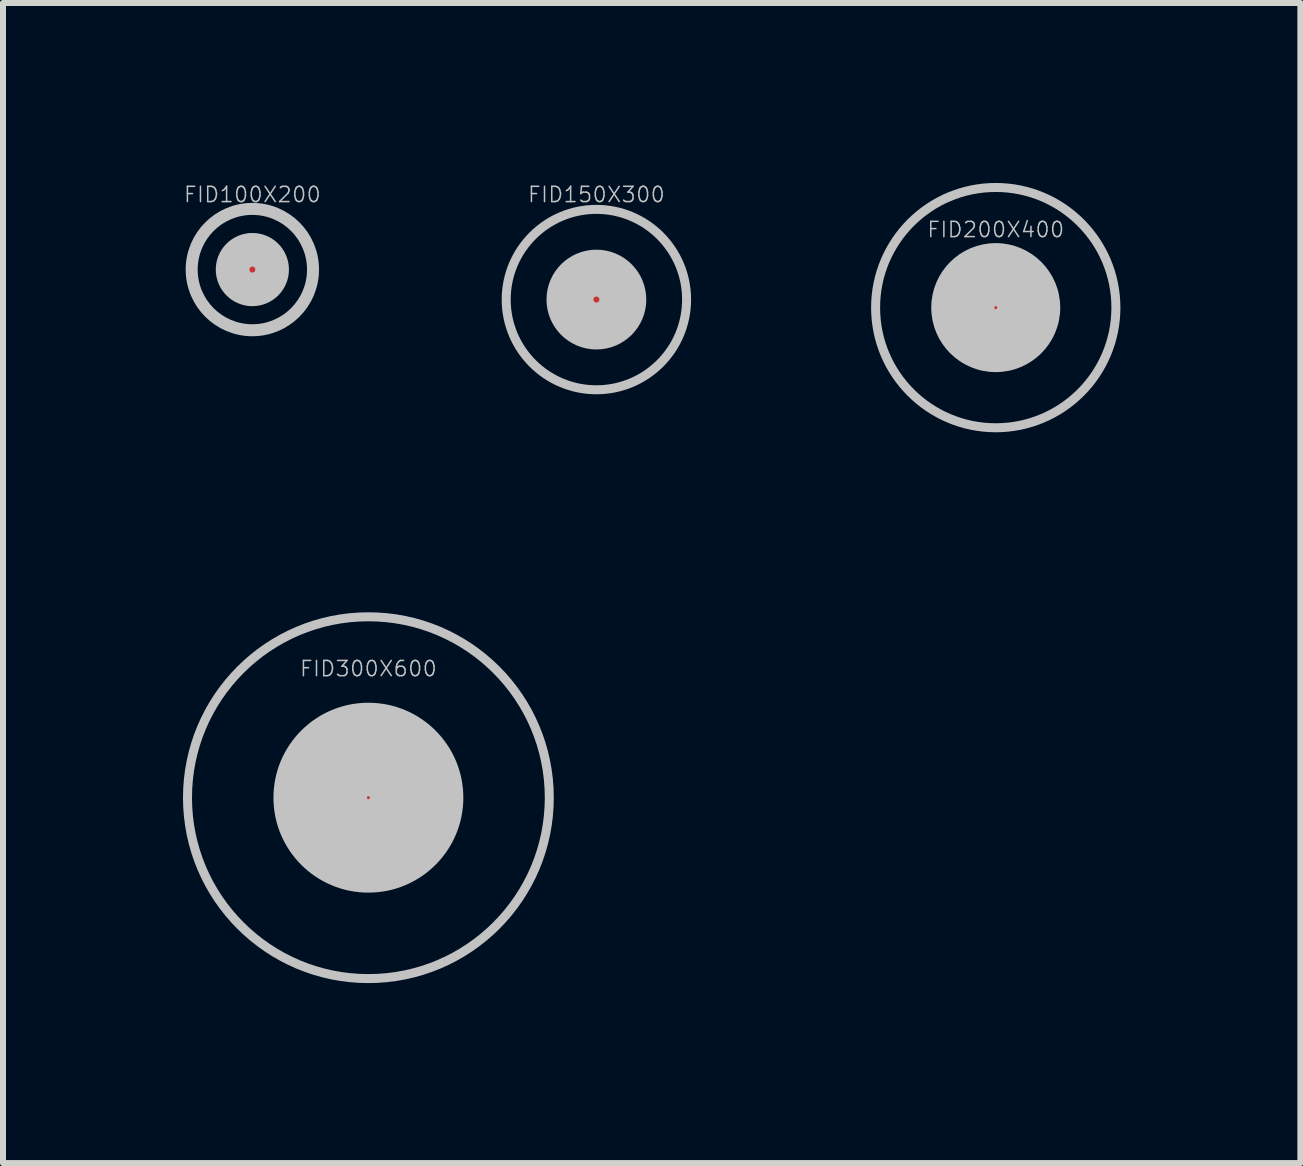
<source format=kicad_pcb>
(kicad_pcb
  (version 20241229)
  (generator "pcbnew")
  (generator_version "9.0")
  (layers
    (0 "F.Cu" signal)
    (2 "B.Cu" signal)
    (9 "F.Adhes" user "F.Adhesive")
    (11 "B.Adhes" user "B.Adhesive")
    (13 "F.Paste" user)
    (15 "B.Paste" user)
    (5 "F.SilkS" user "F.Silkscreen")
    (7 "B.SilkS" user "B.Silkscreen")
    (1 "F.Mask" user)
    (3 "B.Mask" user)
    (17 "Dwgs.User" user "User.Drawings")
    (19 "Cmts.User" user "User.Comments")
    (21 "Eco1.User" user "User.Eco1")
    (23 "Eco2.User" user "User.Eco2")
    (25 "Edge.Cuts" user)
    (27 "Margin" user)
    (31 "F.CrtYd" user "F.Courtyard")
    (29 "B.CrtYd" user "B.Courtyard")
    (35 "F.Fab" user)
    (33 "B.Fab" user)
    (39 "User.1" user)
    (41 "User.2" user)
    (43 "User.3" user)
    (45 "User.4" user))
  (footprint "FID300X600"
    (layer "F.Cu")
    (at 3.09 10.245)
    (property "Reference" "FID300X600" (at 0 -2.15 0) (layer "Dwgs.User") (effects (font (size 0.254 0.254) (thickness 0.025))))
    (attr through_hole)
    (fp_circle (center 0 0) (end 0.05 0) (stroke (width 0.15) (type solid)) (fill no) (layer "Dwgs.User"))
    (fp_circle (center 0 0) (end 0.1 0) (stroke (width 0.15) (type solid)) (fill no) (layer "Dwgs.User"))
    (fp_circle (center 0 0) (end 0.2 0) (stroke (width 0.15) (type solid)) (fill no) (layer "Dwgs.User"))
    (fp_circle (center 0 0) (end 0.3 -0.05) (stroke (width 0.15) (type solid)) (fill no) (layer "Dwgs.User"))
    (fp_circle (center 0 0) (end 0.4 -0.05) (stroke (width 0.15) (type solid)) (fill no) (layer "Dwgs.User"))
    (fp_circle (center 0 0) (end 0.5 0) (stroke (width 0.15) (type solid)) (fill no) (layer "Dwgs.User"))
    (fp_circle (center 0 0) (end 0.6 -0.05) (stroke (width 0.15) (type solid)) (fill no) (layer "Dwgs.User"))
    (fp_circle (center 0 0) (end 0.7 0) (stroke (width 0.15) (type solid)) (fill no) (layer "Dwgs.User"))
    (fp_circle (center 0 0) (end 0.8 0) (stroke (width 0.15) (type solid)) (fill no) (layer "Dwgs.User"))
    (fp_circle (center 0 0) (end 0.9 -0.1) (stroke (width 0.15) (type solid)) (fill no) (layer "Dwgs.User"))
    (fp_circle (center 0 0) (end 1 -0.1) (stroke (width 0.15) (type solid)) (fill no) (layer "Dwgs.User"))
    (fp_circle (center 0 0) (end 1.1 -0.1) (stroke (width 0.15) (type solid)) (fill no) (layer "Dwgs.User"))
    (fp_circle (center 0 0) (end 1.2 -0.05) (stroke (width 0.15) (type solid)) (fill no) (layer "Dwgs.User"))
    (fp_circle (center 0 0) (end 1.3 -0.15) (stroke (width 0.15) (type solid)) (fill no) (layer "Dwgs.User"))
    (fp_circle (center 0 0) (end 1.4 -0.2) (stroke (width 0.15) (type solid)) (fill no) (layer "Dwgs.User"))
    (fp_circle (center 0 0) (end 1.5 -0.15) (stroke (width 0.15) (type solid)) (fill no) (layer "Dwgs.User"))
    (fp_circle (center 0 0) (end 3 -0.3) (stroke (width 0.15) (type solid)) (fill no) (layer "Dwgs.User"))
    (pad "" smd circle (at 0 0) (size 3 3) (layers "F.Cu" "F.Mask")))
  (footprint "FID100X200"
    (layer "F.Cu")
    (at 1.156 1.443)
    (property "Reference" "FID100X200" (at 0 -1.25 0) (layer "Dwgs.User") (effects (font (size 0.254 0.254) (thickness 0.025))))
    (attr through_hole)
    (fp_circle (center 0 0) (end 0.05 0) (stroke (width 0.2) (type solid)) (fill no) (layer "Dwgs.User"))
    (fp_circle (center 0 0) (end 0.2 0) (stroke (width 0.2) (type solid)) (fill no) (layer "Dwgs.User"))
    (fp_circle (center 0 0) (end 0.35 0) (stroke (width 0.2) (type solid)) (fill no) (layer "Dwgs.User"))
    (fp_circle (center 0 0) (end 0.5 -0.1) (stroke (width 0.2) (type solid)) (fill no) (layer "Dwgs.User"))
    (fp_circle (center 0 0) (end 1 -0.15) (stroke (width 0.2) (type solid)) (fill no) (layer "Dwgs.User"))
    (pad "" smd circle (at 0 0) (size 1 1) (layers "F.Cu" "F.Mask")))
  (footprint "FID150X300"
    (layer "F.Cu")
    (at 6.89 1.943)
    (property "Reference" "FID150X300" (at 0 -1.75 0) (layer "Dwgs.User") (effects (font (size 0.254 0.254) (thickness 0.025))))
    (attr through_hole)
    (fp_circle (center 0 0) (end 0.05 0) (stroke (width 0.15) (type solid)) (fill no) (layer "Dwgs.User"))
    (fp_circle (center 0 0) (end 0.15 -0.05) (stroke (width 0.15) (type solid)) (fill no) (layer "Dwgs.User"))
    (fp_circle (center 0 0) (end 0.25 0) (stroke (width 0.15) (type solid)) (fill no) (layer "Dwgs.User"))
    (fp_circle (center 0 0) (end 0.35 0) (stroke (width 0.15) (type solid)) (fill no) (layer "Dwgs.User"))
    (fp_circle (center 0 0) (end 0.45 -0.05) (stroke (width 0.15) (type solid)) (fill no) (layer "Dwgs.User"))
    (fp_circle (center 0 0) (end 0.55 -0.05) (stroke (width 0.15) (type solid)) (fill no) (layer "Dwgs.User"))
    (fp_circle (center 0 0) (end 0.65 -0.05) (stroke (width 0.15) (type solid)) (fill no) (layer "Dwgs.User"))
    (fp_circle (center 0 0) (end 0.75 -0.1) (stroke (width 0.15) (type solid)) (fill no) (layer "Dwgs.User"))
    (fp_circle (center 0 0) (end 1.5 -0.1) (stroke (width 0.15) (type solid)) (fill no) (layer "Dwgs.User"))
    (pad "" smd circle (at 0 0) (size 1.5 1.5) (layers "F.Cu" "F.Mask")))
  (footprint "FID200X400"
    (layer "F.Cu")
    (at 13.546 2.077)
    (property "Reference" "FID200X400" (at 0 -1.3 0) (layer "Dwgs.User") (effects (font (size 0.254 0.254) (thickness 0.025))))
    (attr through_hole)
    (fp_circle (center 0 0) (end 0.05 0) (stroke (width 0.15) (type solid)) (fill no) (layer "Dwgs.User"))
    (fp_circle (center 0 0) (end 0.1 0) (stroke (width 0.15) (type solid)) (fill no) (layer "Dwgs.User"))
    (fp_circle (center 0 0) (end 0.2 -0.05) (stroke (width 0.15) (type solid)) (fill no) (layer "Dwgs.User"))
    (fp_circle (center 0 0) (end 0.3 -0.05) (stroke (width 0.15) (type solid)) (fill no) (layer "Dwgs.User"))
    (fp_circle (center 0 0) (end 0.4 -0.1) (stroke (width 0.15) (type solid)) (fill no) (layer "Dwgs.User"))
    (fp_circle (center 0 0) (end 0.5 -0.05) (stroke (width 0.15) (type solid)) (fill no) (layer "Dwgs.User"))
    (fp_circle (center 0 0) (end 0.6 -0.1) (stroke (width 0.15) (type solid)) (fill no) (layer "Dwgs.User"))
    (fp_circle (center 0 0) (end 0.7 -0.05) (stroke (width 0.15) (type solid)) (fill no) (layer "Dwgs.User"))
    (fp_circle (center 0 0) (end 0.8 0) (stroke (width 0.15) (type solid)) (fill no) (layer "Dwgs.User"))
    (fp_circle (center 0 0) (end 0.9 0) (stroke (width 0.15) (type solid)) (fill no) (layer "Dwgs.User"))
    (fp_circle (center 0 0) (end 1 0) (stroke (width 0.15) (type solid)) (fill no) (layer "Dwgs.User"))
    (fp_circle (center 0 0) (end 2 -0.1) (stroke (width 0.15) (type solid)) (fill no) (layer "Dwgs.User"))
    (pad "" smd circle (at 0 0) (size 2 2) (layers "F.Cu" "F.Mask")))
  (gr_rect
    (start -3 -3)
    (end 18.623 16.335)
    (stroke (width 0.1) (type default))
    (fill no)
    (layer "Edge.Cuts")))
</source>
